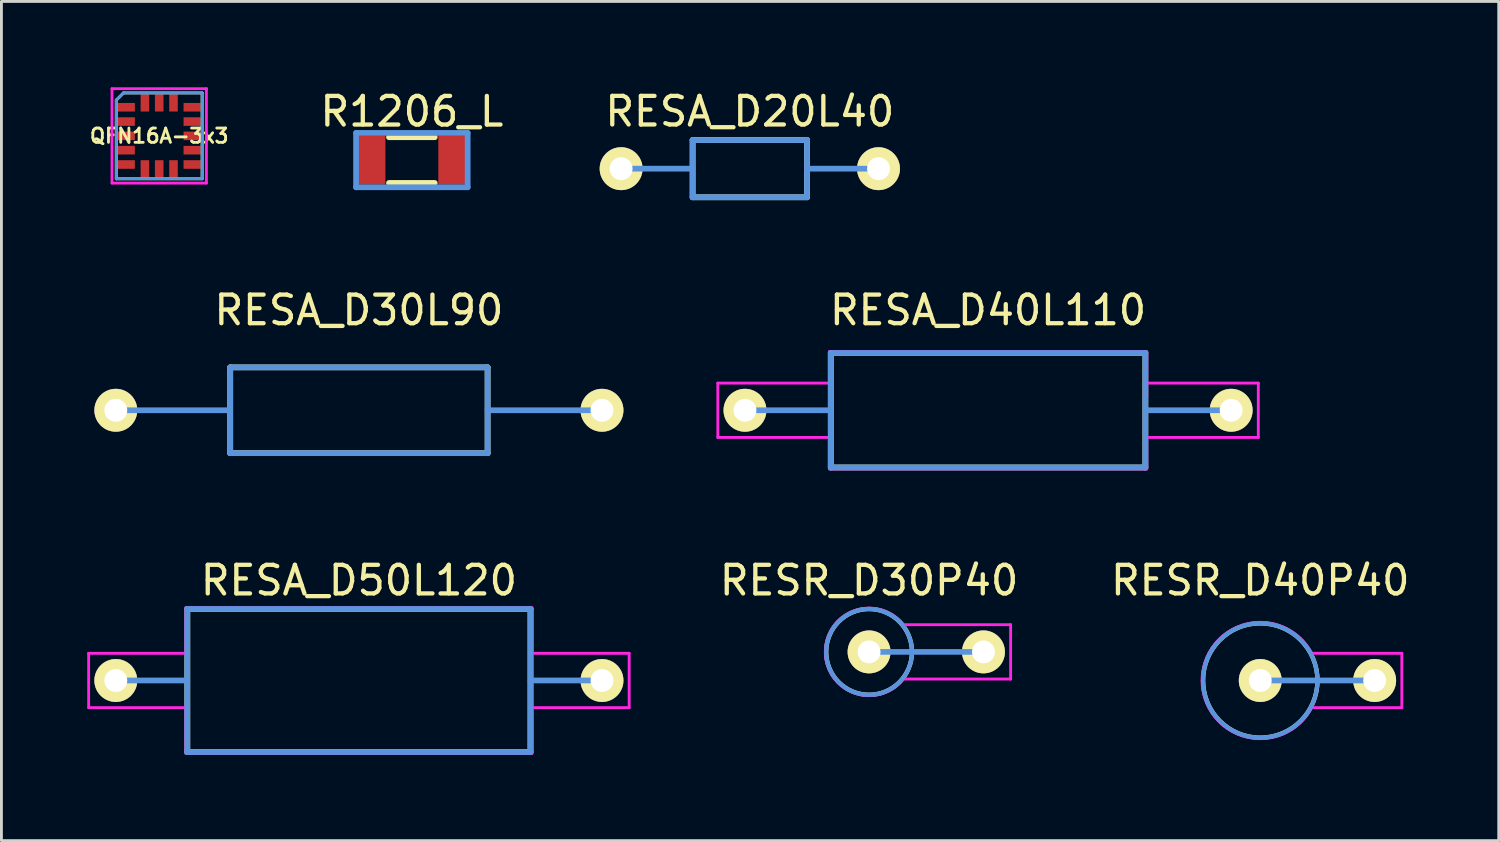
<source format=kicad_pcb>
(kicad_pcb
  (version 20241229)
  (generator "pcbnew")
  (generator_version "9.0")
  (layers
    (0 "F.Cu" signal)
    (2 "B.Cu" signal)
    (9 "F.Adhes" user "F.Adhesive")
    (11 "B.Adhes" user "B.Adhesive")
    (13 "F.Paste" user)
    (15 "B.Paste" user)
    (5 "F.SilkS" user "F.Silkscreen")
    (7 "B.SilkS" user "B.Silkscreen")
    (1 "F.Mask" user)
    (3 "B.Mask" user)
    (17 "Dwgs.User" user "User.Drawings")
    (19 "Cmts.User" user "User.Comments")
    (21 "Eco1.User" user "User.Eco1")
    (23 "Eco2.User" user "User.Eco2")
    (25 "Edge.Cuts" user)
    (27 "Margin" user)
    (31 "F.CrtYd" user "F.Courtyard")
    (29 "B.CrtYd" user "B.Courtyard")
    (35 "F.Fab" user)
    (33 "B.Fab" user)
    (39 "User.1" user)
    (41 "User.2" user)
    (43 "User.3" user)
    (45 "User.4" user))
  (footprint "RESA_D40L110"
    (layer "F.Cu")
    (at 31.5 11.296)
    (property "Reference" "RESA_D40L110" (at 0 -3.5 0) (layer "F.SilkS") (effects (font (size 1 1) (thickness 0.15))))
    (attr through_hole)
    (fp_line (start -5.5 -2) (end -5.5 2) (stroke (width 0.2) (type solid)) (layer "F.SilkS"))
    (fp_line (start -5.5 2) (end 5.5 2) (stroke (width 0.2) (type solid)) (layer "F.SilkS"))
    (fp_line (start 5.5 -2) (end -5.5 -2) (stroke (width 0.2) (type solid)) (layer "F.SilkS"))
    (fp_line (start 5.5 2) (end 5.5 -2) (stroke (width 0.2) (type solid)) (layer "F.SilkS"))
    (fp_line (start -5.5 -2) (end -5.5 2) (stroke (width 0.2) (type solid)) (layer "Cmts.User"))
    (fp_line (start -5.5 0) (end -8.5 0) (stroke (width 0.2) (type solid)) (layer "Cmts.User"))
    (fp_line (start -5.5 2) (end 5.5 2) (stroke (width 0.2) (type solid)) (layer "Cmts.User"))
    (fp_line (start 5.5 -2) (end -5.5 -2) (stroke (width 0.2) (type solid)) (layer "Cmts.User"))
    (fp_line (start 5.5 0) (end 8.5 0) (stroke (width 0.2) (type solid)) (layer "Cmts.User"))
    (fp_line (start 5.5 2) (end 5.5 -2) (stroke (width 0.2) (type solid)) (layer "Cmts.User"))
    (fp_line (start -9.45 -0.95) (end -9.45 0.95) (stroke (width 0.1) (type solid)) (layer "F.CrtYd"))
    (fp_line (start -9.45 0.95) (end -5.55 0.95) (stroke (width 0.1) (type solid)) (layer "F.CrtYd"))
    (fp_line (start -5.55 -2.05) (end -5.55 -0.95) (stroke (width 0.1) (type solid)) (layer "F.CrtYd"))
    (fp_line (start -5.55 -0.95) (end -9.45 -0.95) (stroke (width 0.1) (type solid)) (layer "F.CrtYd"))
    (fp_line (start -5.55 0.95) (end -5.55 2.05) (stroke (width 0.1) (type solid)) (layer "F.CrtYd"))
    (fp_line (start -5.55 2.05) (end 5.55 2.05) (stroke (width 0.1) (type solid)) (layer "F.CrtYd"))
    (fp_line (start 5.55 -2.05) (end -5.55 -2.05) (stroke (width 0.1) (type solid)) (layer "F.CrtYd"))
    (fp_line (start 5.55 -0.45) (end 5.55 -2.05) (stroke (width 0.1) (type solid)) (layer "F.CrtYd"))
    (fp_line (start 5.55 0.95) (end 9.45 0.95) (stroke (width 0.1) (type solid)) (layer "F.CrtYd"))
    (fp_line (start 5.55 2.05) (end 5.55 0.95) (stroke (width 0.1) (type solid)) (layer "F.CrtYd"))
    (fp_line (start 9.45 -0.95) (end 5.55 -0.95) (stroke (width 0.1) (type solid)) (layer "F.CrtYd"))
    (fp_line (start 9.45 0.95) (end 9.45 -0.95) (stroke (width 0.1) (type solid)) (layer "F.CrtYd"))
    (pad "1" thru_hole circle (at -8.5 0) (size 1.5 1.5) (drill 0.8) (layers "*.Cu" "*.Mask" "F.SilkS"))
    (pad "2" thru_hole circle (at 8.5 0) (size 1.5 1.5) (drill 0.8) (layers "*.Cu" "*.Mask" "F.SilkS")))
  (footprint "QFN16A-3x3"
    (layer "F.Cu")
    (at 2.517 1.701)
    (property "Reference" "QFN16A-3x3" (at 0 0 0) (layer "F.SilkS") (effects (font (size 0.5 0.5) (thickness 0.099))))
    (attr through_hole)
    (fp_line (start -1.501 -1.25) (end -1.25 -1.501) (stroke (width 0.099) (type solid)) (layer "F.SilkS"))
    (fp_line (start -1.501 1.501) (end -1.501 -1.25) (stroke (width 0.099) (type solid)) (layer "F.SilkS"))
    (fp_line (start -1.25 -1.501) (end 1.501 -1.501) (stroke (width 0.099) (type solid)) (layer "F.SilkS"))
    (fp_line (start 1.501 -1.501) (end 1.501 1.501) (stroke (width 0.099) (type solid)) (layer "F.SilkS"))
    (fp_line (start 1.501 1.501) (end -1.501 1.501) (stroke (width 0.099) (type solid)) (layer "F.SilkS"))
    (fp_line (start -1.501 -1.25) (end -1.25 -1.501) (stroke (width 0.099) (type solid)) (layer "Cmts.User"))
    (fp_line (start -1.501 1.501) (end -1.501 -1.25) (stroke (width 0.099) (type solid)) (layer "Cmts.User"))
    (fp_line (start -1.25 -1.501) (end 1.501 -1.501) (stroke (width 0.099) (type solid)) (layer "Cmts.User"))
    (fp_line (start 1.501 -1.501) (end 1.501 1.501) (stroke (width 0.099) (type solid)) (layer "Cmts.User"))
    (fp_line (start 1.501 1.501) (end -1.501 1.501) (stroke (width 0.099) (type solid)) (layer "Cmts.User"))
    (fp_line (start -1.651 -1.651) (end 1.651 -1.651) (stroke (width 0.099) (type solid)) (layer "F.CrtYd"))
    (fp_line (start -1.651 1.651) (end -1.651 -1.651) (stroke (width 0.099) (type solid)) (layer "F.CrtYd"))
    (fp_line (start 1.651 -1.651) (end 1.651 1.651) (stroke (width 0.099) (type solid)) (layer "F.CrtYd"))
    (fp_line (start 1.651 1.651) (end -1.651 1.651) (stroke (width 0.099) (type solid)) (layer "F.CrtYd"))
    (pad "1" smd rect (at -1.151 -1.001) (size 0.599 0.3) (layers "F.Cu" "F.Mask" "F.Paste"))
    (pad "2" smd rect (at -1.151 -0.5) (size 0.599 0.3) (layers "F.Cu" "F.Mask" "F.Paste"))
    (pad "3" smd rect (at -1.151 0) (size 0.599 0.3) (layers "F.Cu" "F.Mask" "F.Paste"))
    (pad "4" smd rect (at -1.151 0.5) (size 0.599 0.3) (layers "F.Cu" "F.Mask" "F.Paste"))
    (pad "5" smd rect (at -1.151 1.001) (size 0.599 0.3) (layers "F.Cu" "F.Mask" "F.Paste"))
    (pad "6" smd rect (at -0.5 1.151 90) (size 0.599 0.3) (layers "F.Cu" "F.Mask" "F.Paste"))
    (pad "7" smd rect (at 0 1.151 90) (size 0.599 0.3) (layers "F.Cu" "F.Mask" "F.Paste"))
    (pad "8" smd rect (at 0.5 1.151 90) (size 0.599 0.3) (layers "F.Cu" "F.Mask" "F.Paste"))
    (pad "9" smd rect (at 1.151 1.001) (size 0.599 0.3) (layers "F.Cu" "F.Mask" "F.Paste"))
    (pad "10" smd rect (at 1.151 0.5) (size 0.599 0.3) (layers "F.Cu" "F.Mask" "F.Paste"))
    (pad "11" smd rect (at 1.151 0) (size 0.599 0.3) (layers "F.Cu" "F.Mask" "F.Paste"))
    (pad "12" smd rect (at 1.151 -0.5) (size 0.599 0.3) (layers "F.Cu" "F.Mask" "F.Paste"))
    (pad "13" smd rect (at 1.151 -1.001) (size 0.599 0.3) (layers "F.Cu" "F.Mask" "F.Paste"))
    (pad "14" smd rect (at 0.5 -1.151 90) (size 0.599 0.3) (layers "F.Cu" "F.Mask" "F.Paste"))
    (pad "15" smd rect (at 0 -1.151 90) (size 0.599 0.3) (layers "F.Cu" "F.Mask" "F.Paste"))
    (pad "16" smd rect (at -0.5 -1.151 90) (size 0.599 0.3) (layers "F.Cu" "F.Mask" "F.Paste")))
  (footprint "RESA_D20L40"
    (layer "F.Cu")
    (at 23.169 2.848)
    (property "Reference" "RESA_D20L40" (at 0 -2 0) (layer "F.SilkS") (effects (font (size 1 1) (thickness 0.15))))
    (attr through_hole)
    (fp_line (start -2 -1) (end -2 1) (stroke (width 0.2) (type solid)) (layer "F.SilkS"))
    (fp_line (start -2 1) (end 2 1) (stroke (width 0.2) (type solid)) (layer "F.SilkS"))
    (fp_line (start 2 -1) (end -2 -1) (stroke (width 0.2) (type solid)) (layer "F.SilkS"))
    (fp_line (start 2 1) (end 2 -1) (stroke (width 0.2) (type solid)) (layer "F.SilkS"))
    (fp_line (start -2 -1) (end -2 1) (stroke (width 0.2) (type solid)) (layer "Cmts.User"))
    (fp_line (start -2 0) (end -4.5 0) (stroke (width 0.2) (type solid)) (layer "Cmts.User"))
    (fp_line (start -2 1) (end 2 1) (stroke (width 0.2) (type solid)) (layer "Cmts.User"))
    (fp_line (start 2 -1) (end -2 -1) (stroke (width 0.2) (type solid)) (layer "Cmts.User"))
    (fp_line (start 2 0) (end 4.5 0) (stroke (width 0.2) (type solid)) (layer "Cmts.User"))
    (fp_line (start 2 1) (end 2 -1) (stroke (width 0.2) (type solid)) (layer "Cmts.User"))
    (fp_line (start -5.45 -1.05) (end -5.45 1.05) (stroke (width 0.1) (type solid)) (layer "Eco1.User"))
    (fp_line (start -5.45 1.05) (end 5.45 1.05) (stroke (width 0.1) (type solid)) (layer "Eco1.User"))
    (fp_line (start 2.05 -0.55) (end 2.05 -1.05) (stroke (width 0.1) (type solid)) (layer "Eco1.User"))
    (fp_line (start 5.45 -1.05) (end -5.45 -1.05) (stroke (width 0.1) (type solid)) (layer "Eco1.User"))
    (fp_line (start 5.45 1.05) (end 5.45 -1.05) (stroke (width 0.1) (type solid)) (layer "Eco1.User"))
    (pad "1" thru_hole circle (at -4.5 0) (size 1.5 1.5) (drill 0.8) (layers "*.Cu" "*.Mask" "F.SilkS"))
    (pad "2" thru_hole circle (at 4.5 0) (size 1.5 1.5) (drill 0.8) (layers "*.Cu" "*.Mask" "F.SilkS")))
  (footprint "RESR_D30P40"
    (layer "F.Cu")
    (at 27.339 19.745)
    (property "Reference" "RESR_D30P40" (at 0 -2.5 0) (layer "F.SilkS") (effects (font (size 1 1) (thickness 0.15))))
    (attr through_hole)
    (fp_circle (center 0 0) (end 1.5 0) (stroke (width 0.15) (type solid)) (fill no) (layer "F.SilkS"))
    (fp_line (start 0 0) (end 4 0) (stroke (width 0.2) (type solid)) (layer "Cmts.User"))
    (fp_circle (center 0 0) (end 1.5 0) (stroke (width 0.15) (type solid)) (fill no) (layer "Cmts.User"))
    (fp_line (start 1.2 0.95) (end 4.95 0.95) (stroke (width 0.1) (type solid)) (layer "F.CrtYd"))
    (fp_line (start 4.95 -0.95) (end 1.2 -0.95) (stroke (width 0.1) (type solid)) (layer "F.CrtYd"))
    (fp_line (start 4.95 0.95) (end 4.95 -0.95) (stroke (width 0.1) (type solid)) (layer "F.CrtYd"))
    (fp_arc (start 1.2 0.95) (mid -1.530517 -0.00428) (end 1.205294 -0.943274) (stroke (width 0.1) (type solid)) (layer "F.CrtYd"))
    (pad "1" thru_hole circle (at 0 0) (size 1.5 1.5) (drill 0.8) (layers "*.Cu" "*.Mask" "F.SilkS"))
    (pad "2" thru_hole circle (at 4 0) (size 1.5 1.5) (drill 0.8) (layers "*.Cu" "*.Mask" "F.SilkS")))
  (footprint "R1206_L"
    (layer "F.Cu")
    (at 11.352 2.548)
    (property "Reference" "R1206_L" (at 0 -1.699 0) (layer "F.SilkS") (effects (font (size 1.001 1.001) (thickness 0.15))))
    (attr through_hole)
    (fp_line (start -0.8 -0.8) (end 0.8 -0.8) (stroke (width 0.201) (type solid)) (layer "F.SilkS"))
    (fp_line (start -0.8 0.8) (end 0.8 0.8) (stroke (width 0.201) (type solid)) (layer "F.SilkS"))
    (fp_line (start -1.951 -0.95) (end 1.951 -0.95) (stroke (width 0.201) (type solid)) (layer "Cmts.User"))
    (fp_line (start -1.951 0.95) (end -1.951 -0.95) (stroke (width 0.201) (type solid)) (layer "Cmts.User"))
    (fp_line (start 1.951 -0.95) (end 1.951 0.95) (stroke (width 0.201) (type solid)) (layer "Cmts.User"))
    (fp_line (start 1.951 0.95) (end -1.951 0.95) (stroke (width 0.201) (type solid)) (layer "Cmts.User"))
    (pad "1" smd rect (at -1.4 0) (size 0.95 1.699) (layers "F.Cu" "F.Mask" "F.Paste"))
    (pad "2" smd rect (at 1.4 0) (size 0.95 1.699) (layers "F.Cu" "F.Mask" "F.Paste")))
  (footprint "RESA_D30L90"
    (layer "F.Cu")
    (at 9.5 11.296)
    (property "Reference" "RESA_D30L90" (at 0 -3.5 0) (layer "F.SilkS") (effects (font (size 1 1) (thickness 0.15))))
    (attr through_hole)
    (fp_line (start -4.5 -1.5) (end -4.5 1.5) (stroke (width 0.2) (type solid)) (layer "F.SilkS"))
    (fp_line (start -4.5 1.5) (end 4.5 1.5) (stroke (width 0.2) (type solid)) (layer "F.SilkS"))
    (fp_line (start 4.5 -1.5) (end -4.5 -1.5) (stroke (width 0.2) (type solid)) (layer "F.SilkS"))
    (fp_line (start 4.5 1.5) (end 4.5 -1.5) (stroke (width 0.2) (type solid)) (layer "F.SilkS"))
    (fp_line (start -4.5 -1.5) (end -4.5 1.5) (stroke (width 0.2) (type solid)) (layer "Cmts.User"))
    (fp_line (start -4.5 0) (end -8.5 0) (stroke (width 0.2) (type solid)) (layer "Cmts.User"))
    (fp_line (start -4.5 1.5) (end 4.5 1.5) (stroke (width 0.2) (type solid)) (layer "Cmts.User"))
    (fp_line (start 4.5 -1.5) (end -4.5 -1.5) (stroke (width 0.2) (type solid)) (layer "Cmts.User"))
    (fp_line (start 4.5 0) (end 8.5 0) (stroke (width 0.2) (type solid)) (layer "Cmts.User"))
    (fp_line (start 4.5 1.5) (end 4.5 -1.5) (stroke (width 0.2) (type solid)) (layer "Cmts.User"))
    (fp_line (start -9.45 -0.95) (end -9.45 0.95) (stroke (width 0.1) (type solid)) (layer "Eco1.User"))
    (fp_line (start -9.45 0.95) (end -4.55 0.95) (stroke (width 0.1) (type solid)) (layer "Eco1.User"))
    (fp_line (start -4.55 -1.55) (end -4.55 -0.95) (stroke (width 0.1) (type solid)) (layer "Eco1.User"))
    (fp_line (start -4.55 -0.95) (end -9.45 -0.95) (stroke (width 0.1) (type solid)) (layer "Eco1.User"))
    (fp_line (start -4.55 0.95) (end -4.55 1.55) (stroke (width 0.1) (type solid)) (layer "Eco1.User"))
    (fp_line (start -4.55 1.55) (end 4.55 1.55) (stroke (width 0.1) (type solid)) (layer "Eco1.User"))
    (fp_line (start 4.55 -1.55) (end -4.55 -1.55) (stroke (width 0.1) (type solid)) (layer "Eco1.User"))
    (fp_line (start 4.55 -0.95) (end 4.55 -1.55) (stroke (width 0.1) (type solid)) (layer "Eco1.User"))
    (fp_line (start 4.55 0.95) (end 9.45 0.95) (stroke (width 0.1) (type solid)) (layer "Eco1.User"))
    (fp_line (start 4.55 1.55) (end 4.55 0.95) (stroke (width 0.1) (type solid)) (layer "Eco1.User"))
    (fp_line (start 9.45 -0.95) (end 4.55 -0.95) (stroke (width 0.1) (type solid)) (layer "Eco1.User"))
    (fp_line (start 9.45 0.95) (end 9.45 -0.95) (stroke (width 0.1) (type solid)) (layer "Eco1.User"))
    (pad "1" thru_hole circle (at -8.5 0) (size 1.5 1.5) (drill 0.8) (layers "*.Cu" "*.Mask" "F.SilkS"))
    (pad "2" thru_hole circle (at 8.5 0) (size 1.5 1.5) (drill 0.8) (layers "*.Cu" "*.Mask" "F.SilkS")))
  (footprint "RESA_D50L120"
    (layer "F.Cu")
    (at 9.5 20.745)
    (property "Reference" "RESA_D50L120" (at 0 -3.5 0) (layer "F.SilkS") (effects (font (size 1 1) (thickness 0.15))))
    (attr through_hole)
    (fp_line (start -6 -2.5) (end -6 2.5) (stroke (width 0.2) (type solid)) (layer "F.SilkS"))
    (fp_line (start -6 2.5) (end 6 2.5) (stroke (width 0.2) (type solid)) (layer "F.SilkS"))
    (fp_line (start 6 -2.5) (end -6 -2.5) (stroke (width 0.2) (type solid)) (layer "F.SilkS"))
    (fp_line (start 6 2.5) (end 6 -2.5) (stroke (width 0.2) (type solid)) (layer "F.SilkS"))
    (fp_line (start -6 -2.5) (end -6 2.5) (stroke (width 0.2) (type solid)) (layer "Cmts.User"))
    (fp_line (start -6 0) (end -8.5 0) (stroke (width 0.2) (type solid)) (layer "Cmts.User"))
    (fp_line (start -6 2.5) (end 6 2.5) (stroke (width 0.2) (type solid)) (layer "Cmts.User"))
    (fp_line (start 6 -2.5) (end -6 -2.5) (stroke (width 0.2) (type solid)) (layer "Cmts.User"))
    (fp_line (start 6 0) (end 8.5 0) (stroke (width 0.2) (type solid)) (layer "Cmts.User"))
    (fp_line (start 6 2.5) (end 6 -2.5) (stroke (width 0.2) (type solid)) (layer "Cmts.User"))
    (fp_line (start -9.45 -0.95) (end -9.45 0.95) (stroke (width 0.1) (type solid)) (layer "F.CrtYd"))
    (fp_line (start -9.45 0.95) (end -6.05 0.95) (stroke (width 0.1) (type solid)) (layer "F.CrtYd"))
    (fp_line (start -6.05 -2.55) (end -6.05 -0.95) (stroke (width 0.1) (type solid)) (layer "F.CrtYd"))
    (fp_line (start -6.05 -0.95) (end -9.45 -0.95) (stroke (width 0.1) (type solid)) (layer "F.CrtYd"))
    (fp_line (start -6.05 0.95) (end -6.05 2.55) (stroke (width 0.1) (type solid)) (layer "F.CrtYd"))
    (fp_line (start -6.05 2.55) (end 6.05 2.55) (stroke (width 0.1) (type solid)) (layer "F.CrtYd"))
    (fp_line (start 6.05 -2.55) (end -6.05 -2.55) (stroke (width 0.1) (type solid)) (layer "F.CrtYd"))
    (fp_line (start 6.05 -0.95) (end 6.05 -2.55) (stroke (width 0.1) (type solid)) (layer "F.CrtYd"))
    (fp_line (start 6.05 0.95) (end 9.45 0.95) (stroke (width 0.1) (type solid)) (layer "F.CrtYd"))
    (fp_line (start 6.05 2.55) (end 6.05 0.95) (stroke (width 0.1) (type solid)) (layer "F.CrtYd"))
    (fp_line (start 9.45 -0.95) (end 6.05 -0.95) (stroke (width 0.1) (type solid)) (layer "F.CrtYd"))
    (fp_line (start 9.45 0.95) (end 9.45 -0.95) (stroke (width 0.1) (type solid)) (layer "F.CrtYd"))
    (pad "1" thru_hole circle (at -8.5 0) (size 1.5 1.5) (drill 0.8) (layers "*.Cu" "*.Mask" "F.SilkS"))
    (pad "2" thru_hole circle (at 8.5 0) (size 1.5 1.5) (drill 0.8) (layers "*.Cu" "*.Mask" "F.SilkS")))
  (footprint "RESR_D40P40"
    (layer "F.Cu")
    (at 41.018 20.745)
    (property "Reference" "RESR_D40P40" (at 0 -3.5 0) (layer "F.SilkS") (effects (font (size 1 1) (thickness 0.15))))
    (attr through_hole)
    (fp_circle (center 0 0) (end 2 0) (stroke (width 0.15) (type solid)) (fill no) (layer "F.SilkS"))
    (fp_line (start 0 0) (end 4 0) (stroke (width 0.2) (type solid)) (layer "Cmts.User"))
    (fp_circle (center 0 0) (end -2 0) (stroke (width 0.15) (type solid)) (fill no) (layer "Cmts.User"))
    (fp_line (start 1.8 0.95) (end 4.95 0.95) (stroke (width 0.1) (type solid)) (layer "F.CrtYd"))
    (fp_line (start 4.95 -0.95) (end 1.8 -0.95) (stroke (width 0.1) (type solid)) (layer "F.CrtYd"))
    (fp_line (start 4.95 0.95) (end 4.95 -0.95) (stroke (width 0.1) (type solid)) (layer "F.CrtYd"))
    (fp_arc (start 1.8 0.95) (mid -2.035313 0.00092) (end 1.79914 -0.951627) (stroke (width 0.1) (type solid)) (layer "F.CrtYd"))
    (pad "1" thru_hole circle (at 0 0) (size 1.5 1.5) (drill 0.8) (layers "*.Cu" "*.Mask" "F.SilkS"))
    (pad "2" thru_hole circle (at 4 0) (size 1.5 1.5) (drill 0.8) (layers "*.Cu" "*.Mask" "F.SilkS")))
  (gr_rect
    (start -3 -3)
    (end 49.357 26.345)
    (stroke (width 0.1) (type default))
    (fill no)
    (layer "Edge.Cuts")))
</source>
